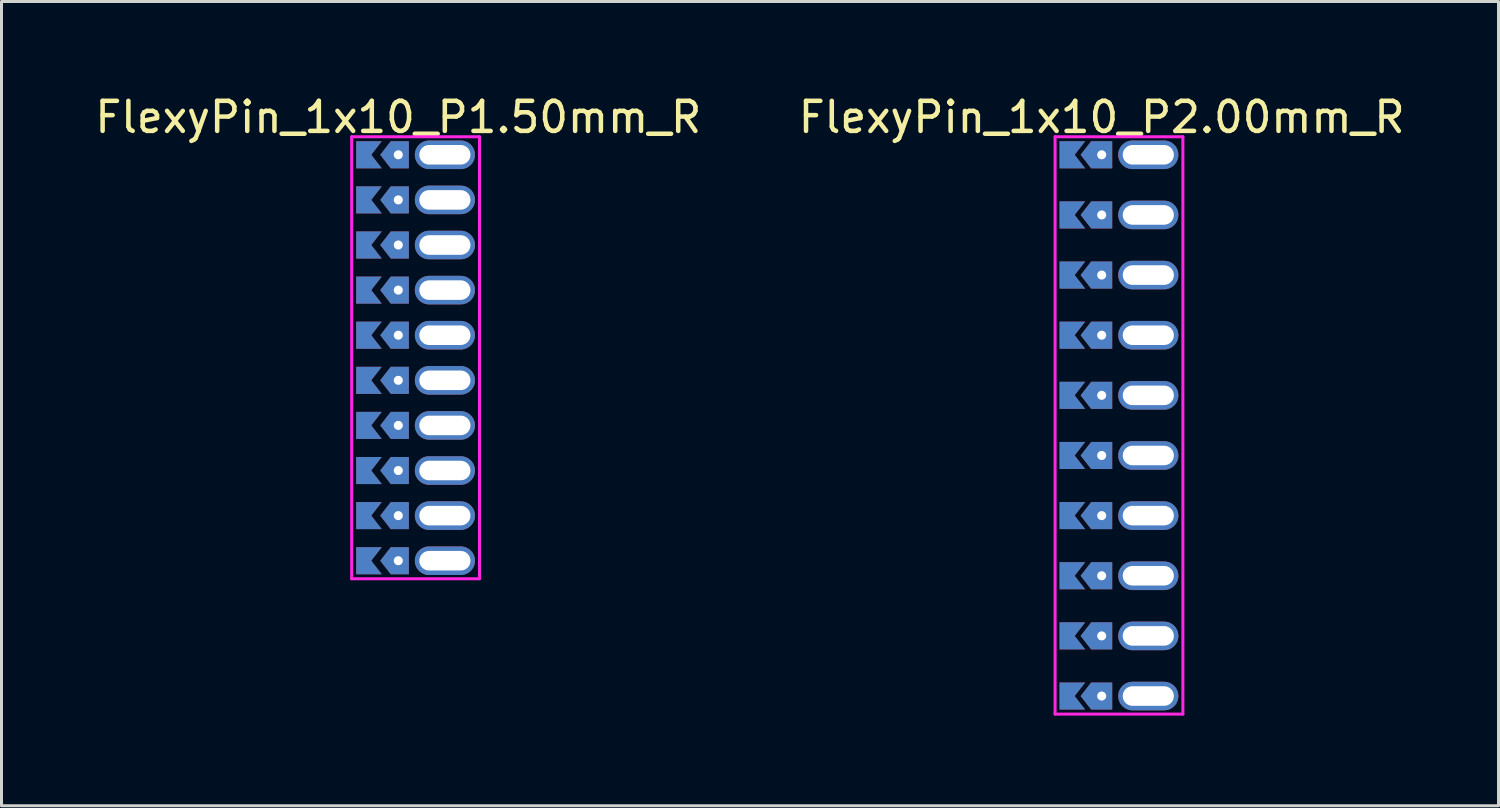
<source format=kicad_pcb>
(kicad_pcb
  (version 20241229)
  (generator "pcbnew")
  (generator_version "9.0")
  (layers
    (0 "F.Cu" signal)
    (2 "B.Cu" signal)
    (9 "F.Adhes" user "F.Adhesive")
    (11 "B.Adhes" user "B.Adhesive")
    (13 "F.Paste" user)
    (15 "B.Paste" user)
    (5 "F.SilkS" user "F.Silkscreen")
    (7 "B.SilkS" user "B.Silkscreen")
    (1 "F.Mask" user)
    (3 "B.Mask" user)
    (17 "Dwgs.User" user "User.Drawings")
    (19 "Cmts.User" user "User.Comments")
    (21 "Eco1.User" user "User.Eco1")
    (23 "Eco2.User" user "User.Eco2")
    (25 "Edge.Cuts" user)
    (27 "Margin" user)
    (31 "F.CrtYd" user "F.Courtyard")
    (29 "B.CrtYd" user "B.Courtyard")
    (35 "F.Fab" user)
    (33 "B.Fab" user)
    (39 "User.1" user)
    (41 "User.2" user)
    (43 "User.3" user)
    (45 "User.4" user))
  (footprint "FlexyPin_1x10_P2.00mm_R"
    (layer "F.Cu")
    (at 33.589 2.098)
    (property "Reference" "FlexyPin_1x10_P2.00mm_R" (at 0 -1.25 0) (layer "F.SilkS") (effects (font (size 1 1) (thickness 0.15))))
    (attr through_hole)
    (fp_line (start -1.55 -0.6) (end 2.7 -0.6) (stroke (width 0.1) (type solid)) (layer "F.CrtYd"))
    (fp_line (start -1.55 18.6) (end -1.55 -0.6) (stroke (width 0.1) (type solid)) (layer "F.CrtYd"))
    (fp_line (start 2.7 -0.6) (end 2.7 18.6) (stroke (width 0.1) (type solid)) (layer "F.CrtYd"))
    (fp_line (start 2.7 18.6) (end -1.55 18.6) (stroke (width 0.1) (type solid)) (layer "F.CrtYd"))
    (pad "" thru_hole custom (at 0 0) (size 0.3 0.3) (drill 0.6) (layers "*.Cu" "*.Mask") (options (anchor rect)) (primitives (gr_poly (pts (xy 0.35 0.45) (xy 0.35 -0.45) (xy -0.35 -0.45) (xy -0.7 0) (xy -0.35 0.45)) (width 0) (fill yes))))
    (pad "" thru_hole custom (at 0 2) (size 0.3 0.3) (drill 0.6) (layers "*.Cu" "*.Mask") (options (anchor rect)) (primitives (gr_poly (pts (xy 0.35 0.45) (xy 0.35 -0.45) (xy -0.35 -0.45) (xy -0.7 0) (xy -0.35 0.45)) (width 0) (fill yes))))
    (pad "" thru_hole custom (at 0 4) (size 0.3 0.3) (drill 0.6) (layers "*.Cu" "*.Mask") (options (anchor rect)) (primitives (gr_poly (pts (xy 0.35 0.45) (xy 0.35 -0.45) (xy -0.35 -0.45) (xy -0.7 0) (xy -0.35 0.45)) (width 0) (fill yes))))
    (pad "" thru_hole custom (at 0 6) (size 0.3 0.3) (drill 0.6) (layers "*.Cu" "*.Mask") (options (anchor rect)) (primitives (gr_poly (pts (xy 0.35 0.45) (xy 0.35 -0.45) (xy -0.35 -0.45) (xy -0.7 0) (xy -0.35 0.45)) (width 0) (fill yes))))
    (pad "" thru_hole custom (at 0 8) (size 0.3 0.3) (drill 0.6) (layers "*.Cu" "*.Mask") (options (anchor rect)) (primitives (gr_poly (pts (xy 0.35 0.45) (xy 0.35 -0.45) (xy -0.35 -0.45) (xy -0.7 0) (xy -0.35 0.45)) (width 0) (fill yes))))
    (pad "" thru_hole custom (at 0 10) (size 0.3 0.3) (drill 0.6) (layers "*.Cu" "*.Mask") (options (anchor rect)) (primitives (gr_poly (pts (xy 0.35 0.45) (xy 0.35 -0.45) (xy -0.35 -0.45) (xy -0.7 0) (xy -0.35 0.45)) (width 0) (fill yes))))
    (pad "" thru_hole custom (at 0 12) (size 0.3 0.3) (drill 0.6) (layers "*.Cu" "*.Mask") (options (anchor rect)) (primitives (gr_poly (pts (xy 0.35 0.45) (xy 0.35 -0.45) (xy -0.35 -0.45) (xy -0.7 0) (xy -0.35 0.45)) (width 0) (fill yes))))
    (pad "" thru_hole custom (at 0 14) (size 0.3 0.3) (drill 0.6) (layers "*.Cu" "*.Mask") (options (anchor rect)) (primitives (gr_poly (pts (xy 0.35 0.45) (xy 0.35 -0.45) (xy -0.35 -0.45) (xy -0.7 0) (xy -0.35 0.45)) (width 0) (fill yes))))
    (pad "" thru_hole custom (at 0 16) (size 0.3 0.3) (drill 0.6) (layers "*.Cu" "*.Mask") (options (anchor rect)) (primitives (gr_poly (pts (xy 0.35 0.45) (xy 0.35 -0.45) (xy -0.35 -0.45) (xy -0.7 0) (xy -0.35 0.45)) (width 0) (fill yes))))
    (pad "" thru_hole custom (at 0 18) (size 0.3 0.3) (drill 0.6) (layers "*.Cu" "*.Mask") (options (anchor rect)) (primitives (gr_poly (pts (xy 0.35 0.45) (xy 0.35 -0.45) (xy -0.35 -0.45) (xy -0.7 0) (xy -0.35 0.45)) (width 0) (fill yes))))
    (pad "" thru_hole oval (at 1.55 0) (size 2 0.95) (drill oval 1.7 0.65) (layers "*.Cu" "*.Mask"))
    (pad "" thru_hole oval (at 1.55 2) (size 2 0.95) (drill oval 1.7 0.65) (layers "*.Cu" "*.Mask"))
    (pad "" thru_hole oval (at 1.55 4) (size 2 0.95) (drill oval 1.7 0.65) (layers "*.Cu" "*.Mask"))
    (pad "" thru_hole oval (at 1.55 6) (size 2 0.95) (drill oval 1.7 0.65) (layers "*.Cu" "*.Mask"))
    (pad "" thru_hole oval (at 1.55 8) (size 2 0.95) (drill oval 1.7 0.65) (layers "*.Cu" "*.Mask"))
    (pad "" thru_hole oval (at 1.55 10) (size 2 0.95) (drill oval 1.7 0.65) (layers "*.Cu" "*.Mask"))
    (pad "" thru_hole oval (at 1.55 12) (size 2 0.95) (drill oval 1.7 0.65) (layers "*.Cu" "*.Mask"))
    (pad "" thru_hole oval (at 1.55 14) (size 2 0.95) (drill oval 1.7 0.65) (layers "*.Cu" "*.Mask"))
    (pad "" thru_hole oval (at 1.55 16) (size 2 0.95) (drill oval 1.7 0.65) (layers "*.Cu" "*.Mask"))
    (pad "" thru_hole oval (at 1.55 18) (size 2 0.95) (drill oval 1.7 0.65) (layers "*.Cu" "*.Mask"))
    (pad "1" smd custom (at -0.9 0) (size 0.01 0.01) (layers "F.Cu" "F.Mask") (options (anchor rect)) (primitives (gr_poly (pts (xy 0 0) (xy 0.35 0.45) (xy -0.5 0.45) (xy -0.5 -0.45) (xy 0.35 -0.45)) (width 0) (fill yes))))
    (pad "2" smd custom (at -0.9 2) (size 0.01 0.01) (layers "F.Cu" "F.Mask") (options (anchor rect)) (primitives (gr_poly (pts (xy 0 0) (xy 0.35 0.45) (xy -0.5 0.45) (xy -0.5 -0.45) (xy 0.35 -0.45)) (width 0) (fill yes))))
    (pad "3" smd custom (at -0.9 4) (size 0.01 0.01) (layers "F.Cu" "F.Mask") (options (anchor rect)) (primitives (gr_poly (pts (xy 0 0) (xy 0.35 0.45) (xy -0.5 0.45) (xy -0.5 -0.45) (xy 0.35 -0.45)) (width 0) (fill yes))))
    (pad "4" smd custom (at -0.9 6) (size 0.01 0.01) (layers "F.Cu" "F.Mask") (options (anchor rect)) (primitives (gr_poly (pts (xy 0 0) (xy 0.35 0.45) (xy -0.5 0.45) (xy -0.5 -0.45) (xy 0.35 -0.45)) (width 0) (fill yes))))
    (pad "5" smd custom (at -0.9 8) (size 0.01 0.01) (layers "F.Cu" "F.Mask") (options (anchor rect)) (primitives (gr_poly (pts (xy 0 0) (xy 0.35 0.45) (xy -0.5 0.45) (xy -0.5 -0.45) (xy 0.35 -0.45)) (width 0) (fill yes))))
    (pad "6" smd custom (at -0.9 10) (size 0.01 0.01) (layers "F.Cu" "F.Mask") (options (anchor rect)) (primitives (gr_poly (pts (xy 0 0) (xy 0.35 0.45) (xy -0.5 0.45) (xy -0.5 -0.45) (xy 0.35 -0.45)) (width 0) (fill yes))))
    (pad "7" smd custom (at -0.9 12) (size 0.01 0.01) (layers "F.Cu" "F.Mask") (options (anchor rect)) (primitives (gr_poly (pts (xy 0 0) (xy 0.35 0.45) (xy -0.5 0.45) (xy -0.5 -0.45) (xy 0.35 -0.45)) (width 0) (fill yes))))
    (pad "8" smd custom (at -0.9 14) (size 0.01 0.01) (layers "F.Cu" "F.Mask") (options (anchor rect)) (primitives (gr_poly (pts (xy 0 0) (xy 0.35 0.45) (xy -0.5 0.45) (xy -0.5 -0.45) (xy 0.35 -0.45)) (width 0) (fill yes))))
    (pad "9" smd custom (at -0.9 16) (size 0.01 0.01) (layers "F.Cu" "F.Mask") (options (anchor rect)) (primitives (gr_poly (pts (xy 0 0) (xy 0.35 0.45) (xy -0.5 0.45) (xy -0.5 -0.45) (xy 0.35 -0.45)) (width 0) (fill yes))))
    (pad "10" smd custom (at -0.9 18) (size 0.01 0.01) (layers "F.Cu" "F.Mask") (options (anchor rect)) (primitives (gr_poly (pts (xy 0 0) (xy 0.35 0.45) (xy -0.5 0.45) (xy -0.5 -0.45) (xy 0.35 -0.45)) (width 0) (fill yes))))
    (pad "11" smd custom (at -0.9 0) (size 0.01 0.01) (layers "B.Cu" "B.Mask") (options (anchor rect)) (primitives (gr_poly (pts (xy 0 0) (xy 0.35 0.45) (xy -0.5 0.45) (xy -0.5 -0.45) (xy 0.35 -0.45)) (width 0) (fill yes))))
    (pad "12" smd custom (at -0.9 2) (size 0.01 0.01) (layers "B.Cu" "B.Mask") (options (anchor rect)) (primitives (gr_poly (pts (xy 0 0) (xy 0.35 0.45) (xy -0.5 0.45) (xy -0.5 -0.45) (xy 0.35 -0.45)) (width 0) (fill yes))))
    (pad "13" smd custom (at -0.9 4) (size 0.01 0.01) (layers "B.Cu" "B.Mask") (options (anchor rect)) (primitives (gr_poly (pts (xy 0 0) (xy 0.35 0.45) (xy -0.5 0.45) (xy -0.5 -0.45) (xy 0.35 -0.45)) (width 0) (fill yes))))
    (pad "14" smd custom (at -0.9 6) (size 0.01 0.01) (layers "B.Cu" "B.Mask") (options (anchor rect)) (primitives (gr_poly (pts (xy 0 0) (xy 0.35 0.45) (xy -0.5 0.45) (xy -0.5 -0.45) (xy 0.35 -0.45)) (width 0) (fill yes))))
    (pad "15" smd custom (at -0.9 8) (size 0.01 0.01) (layers "B.Cu" "B.Mask") (options (anchor rect)) (primitives (gr_poly (pts (xy 0 0) (xy 0.35 0.45) (xy -0.5 0.45) (xy -0.5 -0.45) (xy 0.35 -0.45)) (width 0) (fill yes))))
    (pad "16" smd custom (at -0.9 10) (size 0.01 0.01) (layers "B.Cu" "B.Mask") (options (anchor rect)) (primitives (gr_poly (pts (xy 0 0) (xy 0.35 0.45) (xy -0.5 0.45) (xy -0.5 -0.45) (xy 0.35 -0.45)) (width 0) (fill yes))))
    (pad "17" smd custom (at -0.9 12) (size 0.01 0.01) (layers "B.Cu" "B.Mask") (options (anchor rect)) (primitives (gr_poly (pts (xy 0 0) (xy 0.35 0.45) (xy -0.5 0.45) (xy -0.5 -0.45) (xy 0.35 -0.45)) (width 0) (fill yes))))
    (pad "18" smd custom (at -0.9 14) (size 0.01 0.01) (layers "B.Cu" "B.Mask") (options (anchor rect)) (primitives (gr_poly (pts (xy 0 0) (xy 0.35 0.45) (xy -0.5 0.45) (xy -0.5 -0.45) (xy 0.35 -0.45)) (width 0) (fill yes))))
    (pad "19" smd custom (at -0.9 16) (size 0.01 0.01) (layers "B.Cu" "B.Mask") (options (anchor rect)) (primitives (gr_poly (pts (xy 0 0) (xy 0.35 0.45) (xy -0.5 0.45) (xy -0.5 -0.45) (xy 0.35 -0.45)) (width 0) (fill yes))))
    (pad "20" smd custom (at -0.9 18) (size 0.01 0.01) (layers "B.Cu" "B.Mask") (options (anchor rect)) (primitives (gr_poly (pts (xy 0 0) (xy 0.35 0.45) (xy -0.5 0.45) (xy -0.5 -0.45) (xy 0.35 -0.45)) (width 0) (fill yes)))))
  (footprint "FlexyPin_1x10_P1.50mm_R"
    (layer "F.Cu")
    (at 10.196 2.098)
    (property "Reference" "FlexyPin_1x10_P1.50mm_R" (at 0 -1.25 0) (layer "F.SilkS") (effects (font (size 1 1) (thickness 0.15))))
    (attr through_hole)
    (fp_line (start -1.55 -0.6) (end 2.7 -0.6) (stroke (width 0.1) (type solid)) (layer "F.CrtYd"))
    (fp_line (start -1.55 14.1) (end -1.55 -0.6) (stroke (width 0.1) (type solid)) (layer "F.CrtYd"))
    (fp_line (start 2.7 -0.6) (end 2.7 14.1) (stroke (width 0.1) (type solid)) (layer "F.CrtYd"))
    (fp_line (start 2.7 14.1) (end -1.55 14.1) (stroke (width 0.1) (type solid)) (layer "F.CrtYd"))
    (pad "" thru_hole custom (at 0 0) (size 0.3 0.3) (drill 0.6) (layers "*.Cu" "*.Mask") (options (anchor rect)) (primitives (gr_poly (pts (xy 0.35 0.45) (xy 0.35 -0.45) (xy -0.25 -0.45) (xy -0.6 0) (xy -0.25 0.45)) (width 0) (fill yes))))
    (pad "" thru_hole custom (at 0 1.5) (size 0.3 0.3) (drill 0.6) (layers "*.Cu" "*.Mask") (options (anchor rect)) (primitives (gr_poly (pts (xy 0.35 0.45) (xy 0.35 -0.45) (xy -0.25 -0.45) (xy -0.6 0) (xy -0.25 0.45)) (width 0) (fill yes))))
    (pad "" thru_hole custom (at 0 3) (size 0.3 0.3) (drill 0.6) (layers "*.Cu" "*.Mask") (options (anchor rect)) (primitives (gr_poly (pts (xy 0.35 0.45) (xy 0.35 -0.45) (xy -0.25 -0.45) (xy -0.6 0) (xy -0.25 0.45)) (width 0) (fill yes))))
    (pad "" thru_hole custom (at 0 4.5) (size 0.3 0.3) (drill 0.6) (layers "*.Cu" "*.Mask") (options (anchor rect)) (primitives (gr_poly (pts (xy 0.35 0.45) (xy 0.35 -0.45) (xy -0.25 -0.45) (xy -0.6 0) (xy -0.25 0.45)) (width 0) (fill yes))))
    (pad "" thru_hole custom (at 0 6) (size 0.3 0.3) (drill 0.6) (layers "*.Cu" "*.Mask") (options (anchor rect)) (primitives (gr_poly (pts (xy 0.35 0.45) (xy 0.35 -0.45) (xy -0.25 -0.45) (xy -0.6 0) (xy -0.25 0.45)) (width 0) (fill yes))))
    (pad "" thru_hole custom (at 0 7.5) (size 0.3 0.3) (drill 0.6) (layers "*.Cu" "*.Mask") (options (anchor rect)) (primitives (gr_poly (pts (xy 0.35 0.45) (xy 0.35 -0.45) (xy -0.25 -0.45) (xy -0.6 0) (xy -0.25 0.45)) (width 0) (fill yes))))
    (pad "" thru_hole custom (at 0 9) (size 0.3 0.3) (drill 0.6) (layers "*.Cu" "*.Mask") (options (anchor rect)) (primitives (gr_poly (pts (xy 0.35 0.45) (xy 0.35 -0.45) (xy -0.25 -0.45) (xy -0.6 0) (xy -0.25 0.45)) (width 0) (fill yes))))
    (pad "" thru_hole custom (at 0 10.5) (size 0.3 0.3) (drill 0.6) (layers "*.Cu" "*.Mask") (options (anchor rect)) (primitives (gr_poly (pts (xy 0.35 0.45) (xy 0.35 -0.45) (xy -0.25 -0.45) (xy -0.6 0) (xy -0.25 0.45)) (width 0) (fill yes))))
    (pad "" thru_hole custom (at 0 12) (size 0.3 0.3) (drill 0.6) (layers "*.Cu" "*.Mask") (options (anchor rect)) (primitives (gr_poly (pts (xy 0.35 0.45) (xy 0.35 -0.45) (xy -0.25 -0.45) (xy -0.6 0) (xy -0.25 0.45)) (width 0) (fill yes))))
    (pad "" thru_hole custom (at 0 13.5) (size 0.3 0.3) (drill 0.6) (layers "*.Cu" "*.Mask") (options (anchor rect)) (primitives (gr_poly (pts (xy 0.35 0.45) (xy 0.35 -0.45) (xy -0.25 -0.45) (xy -0.6 0) (xy -0.25 0.45)) (width 0) (fill yes))))
    (pad "" thru_hole oval (at 1.55 0) (size 2 0.95) (drill oval 1.7 0.65) (layers "*.Cu" "*.Mask"))
    (pad "" thru_hole oval (at 1.55 1.5) (size 2 0.95) (drill oval 1.7 0.65) (layers "*.Cu" "*.Mask"))
    (pad "" thru_hole oval (at 1.55 3) (size 2 0.95) (drill oval 1.7 0.65) (layers "*.Cu" "*.Mask"))
    (pad "" thru_hole oval (at 1.55 4.5) (size 2 0.95) (drill oval 1.7 0.65) (layers "*.Cu" "*.Mask"))
    (pad "" thru_hole oval (at 1.55 6) (size 2 0.95) (drill oval 1.7 0.65) (layers "*.Cu" "*.Mask"))
    (pad "" thru_hole oval (at 1.55 7.5) (size 2 0.95) (drill oval 1.7 0.65) (layers "*.Cu" "*.Mask"))
    (pad "" thru_hole oval (at 1.55 9) (size 2 0.95) (drill oval 1.7 0.65) (layers "*.Cu" "*.Mask"))
    (pad "" thru_hole oval (at 1.55 10.5) (size 2 0.95) (drill oval 1.7 0.65) (layers "*.Cu" "*.Mask"))
    (pad "" thru_hole oval (at 1.55 12) (size 2 0.95) (drill oval 1.7 0.65) (layers "*.Cu" "*.Mask"))
    (pad "" thru_hole oval (at 1.55 13.5) (size 2 0.95) (drill oval 1.7 0.65) (layers "*.Cu" "*.Mask"))
    (pad "1" smd custom (at -0.9 0) (size 0.01 0.01) (layers "F.Cu" "F.Mask") (options (anchor rect)) (primitives (gr_poly (pts (xy 0 0) (xy 0.35 0.45) (xy -0.5 0.45) (xy -0.5 -0.45) (xy 0.35 -0.45)) (width 0) (fill yes))))
    (pad "2" smd custom (at -0.9 1.5) (size 0.01 0.01) (layers "F.Cu" "F.Mask") (options (anchor rect)) (primitives (gr_poly (pts (xy 0 0) (xy 0.35 0.45) (xy -0.5 0.45) (xy -0.5 -0.45) (xy 0.35 -0.45)) (width 0) (fill yes))))
    (pad "3" smd custom (at -0.9 3) (size 0.01 0.01) (layers "F.Cu" "F.Mask") (options (anchor rect)) (primitives (gr_poly (pts (xy 0 0) (xy 0.35 0.45) (xy -0.5 0.45) (xy -0.5 -0.45) (xy 0.35 -0.45)) (width 0) (fill yes))))
    (pad "4" smd custom (at -0.9 4.5) (size 0.01 0.01) (layers "F.Cu" "F.Mask") (options (anchor rect)) (primitives (gr_poly (pts (xy 0 0) (xy 0.35 0.45) (xy -0.5 0.45) (xy -0.5 -0.45) (xy 0.35 -0.45)) (width 0) (fill yes))))
    (pad "5" smd custom (at -0.9 6) (size 0.01 0.01) (layers "F.Cu" "F.Mask") (options (anchor rect)) (primitives (gr_poly (pts (xy 0 0) (xy 0.35 0.45) (xy -0.5 0.45) (xy -0.5 -0.45) (xy 0.35 -0.45)) (width 0) (fill yes))))
    (pad "6" smd custom (at -0.9 7.5) (size 0.01 0.01) (layers "F.Cu" "F.Mask") (options (anchor rect)) (primitives (gr_poly (pts (xy 0 0) (xy 0.35 0.45) (xy -0.5 0.45) (xy -0.5 -0.45) (xy 0.35 -0.45)) (width 0) (fill yes))))
    (pad "7" smd custom (at -0.9 9) (size 0.01 0.01) (layers "F.Cu" "F.Mask") (options (anchor rect)) (primitives (gr_poly (pts (xy 0 0) (xy 0.35 0.45) (xy -0.5 0.45) (xy -0.5 -0.45) (xy 0.35 -0.45)) (width 0) (fill yes))))
    (pad "8" smd custom (at -0.9 10.5) (size 0.01 0.01) (layers "F.Cu" "F.Mask") (options (anchor rect)) (primitives (gr_poly (pts (xy 0 0) (xy 0.35 0.45) (xy -0.5 0.45) (xy -0.5 -0.45) (xy 0.35 -0.45)) (width 0) (fill yes))))
    (pad "9" smd custom (at -0.9 12) (size 0.01 0.01) (layers "F.Cu" "F.Mask") (options (anchor rect)) (primitives (gr_poly (pts (xy 0 0) (xy 0.35 0.45) (xy -0.5 0.45) (xy -0.5 -0.45) (xy 0.35 -0.45)) (width 0) (fill yes))))
    (pad "10" smd custom (at -0.9 13.5) (size 0.01 0.01) (layers "F.Cu" "F.Mask") (options (anchor rect)) (primitives (gr_poly (pts (xy 0 0) (xy 0.35 0.45) (xy -0.5 0.45) (xy -0.5 -0.45) (xy 0.35 -0.45)) (width 0) (fill yes))))
    (pad "11" smd custom (at -0.9 0) (size 0.01 0.01) (layers "B.Cu" "B.Mask") (options (anchor rect)) (primitives (gr_poly (pts (xy 0 0) (xy 0.35 0.45) (xy -0.5 0.45) (xy -0.5 -0.45) (xy 0.35 -0.45)) (width 0) (fill yes))))
    (pad "12" smd custom (at -0.9 1.5) (size 0.01 0.01) (layers "B.Cu" "B.Mask") (options (anchor rect)) (primitives (gr_poly (pts (xy 0 0) (xy 0.35 0.45) (xy -0.5 0.45) (xy -0.5 -0.45) (xy 0.35 -0.45)) (width 0) (fill yes))))
    (pad "13" smd custom (at -0.9 3) (size 0.01 0.01) (layers "B.Cu" "B.Mask") (options (anchor rect)) (primitives (gr_poly (pts (xy 0 0) (xy 0.35 0.45) (xy -0.5 0.45) (xy -0.5 -0.45) (xy 0.35 -0.45)) (width 0) (fill yes))))
    (pad "14" smd custom (at -0.9 4.5) (size 0.01 0.01) (layers "B.Cu" "B.Mask") (options (anchor rect)) (primitives (gr_poly (pts (xy 0 0) (xy 0.35 0.45) (xy -0.5 0.45) (xy -0.5 -0.45) (xy 0.35 -0.45)) (width 0) (fill yes))))
    (pad "15" smd custom (at -0.9 6) (size 0.01 0.01) (layers "B.Cu" "B.Mask") (options (anchor rect)) (primitives (gr_poly (pts (xy 0 0) (xy 0.35 0.45) (xy -0.5 0.45) (xy -0.5 -0.45) (xy 0.35 -0.45)) (width 0) (fill yes))))
    (pad "16" smd custom (at -0.9 7.5) (size 0.01 0.01) (layers "B.Cu" "B.Mask") (options (anchor rect)) (primitives (gr_poly (pts (xy 0 0) (xy 0.35 0.45) (xy -0.5 0.45) (xy -0.5 -0.45) (xy 0.35 -0.45)) (width 0) (fill yes))))
    (pad "17" smd custom (at -0.9 9) (size 0.01 0.01) (layers "B.Cu" "B.Mask") (options (anchor rect)) (primitives (gr_poly (pts (xy 0 0) (xy 0.35 0.45) (xy -0.5 0.45) (xy -0.5 -0.45) (xy 0.35 -0.45)) (width 0) (fill yes))))
    (pad "18" smd custom (at -0.9 10.5) (size 0.01 0.01) (layers "B.Cu" "B.Mask") (options (anchor rect)) (primitives (gr_poly (pts (xy 0 0) (xy 0.35 0.45) (xy -0.5 0.45) (xy -0.5 -0.45) (xy 0.35 -0.45)) (width 0) (fill yes))))
    (pad "19" smd custom (at -0.9 12) (size 0.01 0.01) (layers "B.Cu" "B.Mask") (options (anchor rect)) (primitives (gr_poly (pts (xy 0 0) (xy 0.35 0.45) (xy -0.5 0.45) (xy -0.5 -0.45) (xy 0.35 -0.45)) (width 0) (fill yes))))
    (pad "20" smd custom (at -0.9 13.5) (size 0.01 0.01) (layers "B.Cu" "B.Mask") (options (anchor rect)) (primitives (gr_poly (pts (xy 0 0) (xy 0.35 0.45) (xy -0.5 0.45) (xy -0.5 -0.45) (xy 0.35 -0.45)) (width 0) (fill yes)))))
  (gr_rect
    (start -3 -3)
    (end 46.786 23.748)
    (stroke (width 0.1) (type default))
    (fill no)
    (layer "Edge.Cuts")))
</source>
